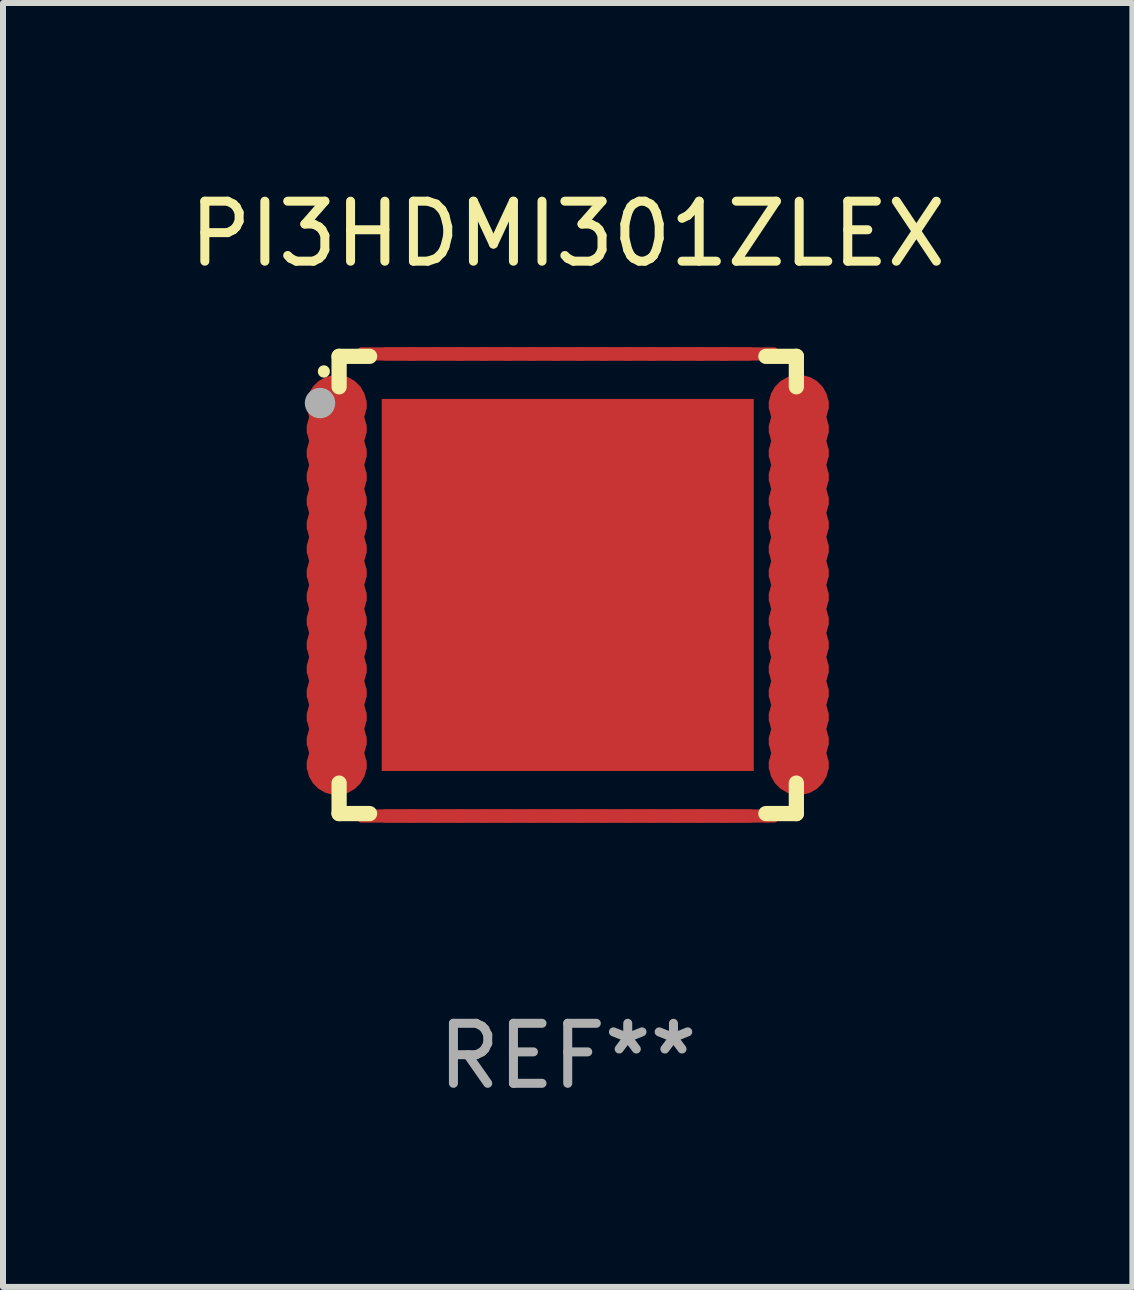
<source format=kicad_pcb>
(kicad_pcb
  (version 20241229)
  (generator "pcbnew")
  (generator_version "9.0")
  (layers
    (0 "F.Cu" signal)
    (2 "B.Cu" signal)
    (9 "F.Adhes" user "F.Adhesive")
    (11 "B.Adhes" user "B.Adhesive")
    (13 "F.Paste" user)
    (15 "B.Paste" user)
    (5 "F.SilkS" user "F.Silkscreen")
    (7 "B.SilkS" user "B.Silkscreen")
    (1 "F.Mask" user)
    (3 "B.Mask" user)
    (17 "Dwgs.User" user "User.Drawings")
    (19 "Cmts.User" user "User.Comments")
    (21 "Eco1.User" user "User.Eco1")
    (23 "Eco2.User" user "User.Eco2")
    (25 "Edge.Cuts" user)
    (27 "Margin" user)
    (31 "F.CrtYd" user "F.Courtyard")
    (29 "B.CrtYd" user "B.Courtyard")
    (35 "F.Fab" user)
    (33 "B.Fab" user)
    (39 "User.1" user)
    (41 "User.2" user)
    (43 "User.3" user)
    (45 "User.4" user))
  (footprint "PI3HDMI301ZLEX"
    (layer "F.Cu")
    (at 6.411 6.698)
    (property "Reference" "PI3HDMI301ZLEX" (at 0 -5.85 0) (layer "F.SilkS") (effects (font (size 1 1) (thickness 0.15))))
    (attr through_hole)
    (fp_line (start -3.81 -3.81) (end -3.81 -3.302) (stroke (width 0.254) (type solid)) (layer "F.SilkS"))
    (fp_line (start -3.81 3.302) (end -3.81 3.81) (stroke (width 0.254) (type solid)) (layer "F.SilkS"))
    (fp_line (start -3.81 3.81) (end -3.302 3.81) (stroke (width 0.254) (type solid)) (layer "F.SilkS"))
    (fp_line (start -3.302 -3.81) (end -3.81 -3.81) (stroke (width 0.254) (type solid)) (layer "F.SilkS"))
    (fp_line (start 3.302 -3.81) (end 3.81 -3.81) (stroke (width 0.254) (type solid)) (layer "F.SilkS"))
    (fp_line (start 3.81 -3.81) (end 3.81 -3.302) (stroke (width 0.254) (type solid)) (layer "F.SilkS"))
    (fp_line (start 3.81 3.302) (end 3.81 3.81) (stroke (width 0.254) (type solid)) (layer "F.SilkS"))
    (fp_line (start 3.81 3.81) (end 3.302 3.81) (stroke (width 0.254) (type solid)) (layer "F.SilkS"))
    (fp_arc (start -4.064008 -3.556007) (mid -4.064084 -3.558229) (end -4.06411 -3.560452) (stroke (width 0.2) (type solid)) (layer "F.SilkS"))
    (fp_circle (center -3.754 -3.759) (end -3.724 -3.759) (stroke (width 0.06) (type solid)) (fill no) (layer "F.SilkS"))
    (fp_circle (center -4.128 -3.031) (end -4.001 -3.031) (stroke (width 0.254) (type solid)) (fill no) (layer "F.Fab"))
    (fp_text user "REF**" (at 0 7.85 0) (layer "F.Fab") (effects (font (size 1 1) (thickness 0.15))))
    (pad "1" smd custom (at -3.85 -3) (size 1 0.22) (layers "F.Cu" "F.Mask" "F.Paste") (options (anchor circle)) (primitives (gr_poly (pts (xy -0.5 -0.055) (xy -0.496 -0.076) (xy -0.484 -0.094) (xy -0.466 -0.106) (xy -0.445 -0.11) (xy 0.445 -0.11) (xy 0.466 -0.106) (xy 0.484 -0.094) (xy 0.496 -0.076) (xy 0.5 -0.055) (xy 0.5 0.055) (xy 0.496 0.076) (xy 0.484 0.094) (xy 0.466 0.106) (xy 0.445 0.11) (xy -0.445 0.11) (xy -0.466 0.106) (xy -0.484 0.094) (xy -0.496 0.076) (xy -0.5 0.055)) (width 0) (fill yes))))
    (pad "2" smd custom (at -3.85 -2.6) (size 1 0.22) (layers "F.Cu" "F.Mask" "F.Paste") (options (anchor circle)) (primitives (gr_poly (pts (xy -0.5 -0.055) (xy -0.496 -0.076) (xy -0.484 -0.094) (xy -0.466 -0.106) (xy -0.445 -0.11) (xy 0.445 -0.11) (xy 0.466 -0.106) (xy 0.484 -0.094) (xy 0.496 -0.076) (xy 0.5 -0.055) (xy 0.5 0.055) (xy 0.496 0.076) (xy 0.484 0.094) (xy 0.466 0.106) (xy 0.445 0.11) (xy -0.445 0.11) (xy -0.466 0.106) (xy -0.484 0.094) (xy -0.496 0.076) (xy -0.5 0.055)) (width 0) (fill yes))))
    (pad "3" smd custom (at -3.85 -2.2) (size 1 0.22) (layers "F.Cu" "F.Mask" "F.Paste") (options (anchor circle)) (primitives (gr_poly (pts (xy -0.5 -0.055) (xy -0.496 -0.076) (xy -0.484 -0.094) (xy -0.466 -0.106) (xy -0.445 -0.11) (xy 0.445 -0.11) (xy 0.466 -0.106) (xy 0.484 -0.094) (xy 0.496 -0.076) (xy 0.5 -0.055) (xy 0.5 0.055) (xy 0.496 0.076) (xy 0.484 0.094) (xy 0.466 0.106) (xy 0.445 0.11) (xy -0.445 0.11) (xy -0.466 0.106) (xy -0.484 0.094) (xy -0.496 0.076) (xy -0.5 0.055)) (width 0) (fill yes))))
    (pad "4" smd custom (at -3.85 -1.8) (size 1 0.22) (layers "F.Cu" "F.Mask" "F.Paste") (options (anchor circle)) (primitives (gr_poly (pts (xy -0.5 -0.055) (xy -0.496 -0.076) (xy -0.484 -0.094) (xy -0.466 -0.106) (xy -0.445 -0.11) (xy 0.445 -0.11) (xy 0.466 -0.106) (xy 0.484 -0.094) (xy 0.496 -0.076) (xy 0.5 -0.055) (xy 0.5 0.055) (xy 0.496 0.076) (xy 0.484 0.094) (xy 0.466 0.106) (xy 0.445 0.11) (xy -0.445 0.11) (xy -0.466 0.106) (xy -0.484 0.094) (xy -0.496 0.076) (xy -0.5 0.055)) (width 0) (fill yes))))
    (pad "5" smd custom (at -3.85 -1.4) (size 1 0.22) (layers "F.Cu" "F.Mask" "F.Paste") (options (anchor circle)) (primitives (gr_poly (pts (xy -0.5 -0.055) (xy -0.496 -0.076) (xy -0.484 -0.094) (xy -0.466 -0.106) (xy -0.445 -0.11) (xy 0.445 -0.11) (xy 0.466 -0.106) (xy 0.484 -0.094) (xy 0.496 -0.076) (xy 0.5 -0.055) (xy 0.5 0.055) (xy 0.496 0.076) (xy 0.484 0.094) (xy 0.466 0.106) (xy 0.445 0.11) (xy -0.445 0.11) (xy -0.466 0.106) (xy -0.484 0.094) (xy -0.496 0.076) (xy -0.5 0.055)) (width 0) (fill yes))))
    (pad "6" smd custom (at -3.85 -1) (size 1 0.22) (layers "F.Cu" "F.Mask" "F.Paste") (options (anchor circle)) (primitives (gr_poly (pts (xy -0.5 -0.055) (xy -0.496 -0.076) (xy -0.484 -0.094) (xy -0.466 -0.106) (xy -0.445 -0.11) (xy 0.445 -0.11) (xy 0.466 -0.106) (xy 0.484 -0.094) (xy 0.496 -0.076) (xy 0.5 -0.055) (xy 0.5 0.055) (xy 0.496 0.076) (xy 0.484 0.094) (xy 0.466 0.106) (xy 0.445 0.11) (xy -0.445 0.11) (xy -0.466 0.106) (xy -0.484 0.094) (xy -0.496 0.076) (xy -0.5 0.055)) (width 0) (fill yes))))
    (pad "7" smd custom (at -3.85 -0.6) (size 1 0.22) (layers "F.Cu" "F.Mask" "F.Paste") (options (anchor circle)) (primitives (gr_poly (pts (xy -0.5 -0.055) (xy -0.496 -0.076) (xy -0.484 -0.094) (xy -0.466 -0.106) (xy -0.445 -0.11) (xy 0.445 -0.11) (xy 0.466 -0.106) (xy 0.484 -0.094) (xy 0.496 -0.076) (xy 0.5 -0.055) (xy 0.5 0.055) (xy 0.496 0.076) (xy 0.484 0.094) (xy 0.466 0.106) (xy 0.445 0.11) (xy -0.445 0.11) (xy -0.466 0.106) (xy -0.484 0.094) (xy -0.496 0.076) (xy -0.5 0.055)) (width 0) (fill yes))))
    (pad "8" smd custom (at -3.85 -0.2) (size 1 0.22) (layers "F.Cu" "F.Mask" "F.Paste") (options (anchor circle)) (primitives (gr_poly (pts (xy -0.5 -0.055) (xy -0.496 -0.076) (xy -0.484 -0.094) (xy -0.466 -0.106) (xy -0.445 -0.11) (xy 0.445 -0.11) (xy 0.466 -0.106) (xy 0.484 -0.094) (xy 0.496 -0.076) (xy 0.5 -0.055) (xy 0.5 0.055) (xy 0.496 0.076) (xy 0.484 0.094) (xy 0.466 0.106) (xy 0.445 0.11) (xy -0.445 0.11) (xy -0.466 0.106) (xy -0.484 0.094) (xy -0.496 0.076) (xy -0.5 0.055)) (width 0) (fill yes))))
    (pad "9" smd custom (at -3.85 0.2) (size 1 0.22) (layers "F.Cu" "F.Mask" "F.Paste") (options (anchor circle)) (primitives (gr_poly (pts (xy -0.5 -0.055) (xy -0.496 -0.076) (xy -0.484 -0.094) (xy -0.466 -0.106) (xy -0.445 -0.11) (xy 0.445 -0.11) (xy 0.466 -0.106) (xy 0.484 -0.094) (xy 0.496 -0.076) (xy 0.5 -0.055) (xy 0.5 0.055) (xy 0.496 0.076) (xy 0.484 0.094) (xy 0.466 0.106) (xy 0.445 0.11) (xy -0.445 0.11) (xy -0.466 0.106) (xy -0.484 0.094) (xy -0.496 0.076) (xy -0.5 0.055)) (width 0) (fill yes))))
    (pad "10" smd custom (at -3.85 0.6) (size 1 0.22) (layers "F.Cu" "F.Mask" "F.Paste") (options (anchor circle)) (primitives (gr_poly (pts (xy -0.5 -0.055) (xy -0.496 -0.076) (xy -0.484 -0.094) (xy -0.466 -0.106) (xy -0.445 -0.11) (xy 0.445 -0.11) (xy 0.466 -0.106) (xy 0.484 -0.094) (xy 0.496 -0.076) (xy 0.5 -0.055) (xy 0.5 0.055) (xy 0.496 0.076) (xy 0.484 0.094) (xy 0.466 0.106) (xy 0.445 0.11) (xy -0.445 0.11) (xy -0.466 0.106) (xy -0.484 0.094) (xy -0.496 0.076) (xy -0.5 0.055)) (width 0) (fill yes))))
    (pad "11" smd custom (at -3.85 1) (size 1 0.22) (layers "F.Cu" "F.Mask" "F.Paste") (options (anchor circle)) (primitives (gr_poly (pts (xy -0.5 -0.055) (xy -0.496 -0.076) (xy -0.484 -0.094) (xy -0.466 -0.106) (xy -0.445 -0.11) (xy 0.445 -0.11) (xy 0.466 -0.106) (xy 0.484 -0.094) (xy 0.496 -0.076) (xy 0.5 -0.055) (xy 0.5 0.055) (xy 0.496 0.076) (xy 0.484 0.094) (xy 0.466 0.106) (xy 0.445 0.11) (xy -0.445 0.11) (xy -0.466 0.106) (xy -0.484 0.094) (xy -0.496 0.076) (xy -0.5 0.055)) (width 0) (fill yes))))
    (pad "12" smd custom (at -3.85 1.4) (size 1 0.22) (layers "F.Cu" "F.Mask" "F.Paste") (options (anchor circle)) (primitives (gr_poly (pts (xy -0.5 -0.055) (xy -0.496 -0.076) (xy -0.484 -0.094) (xy -0.466 -0.106) (xy -0.445 -0.11) (xy 0.445 -0.11) (xy 0.466 -0.106) (xy 0.484 -0.094) (xy 0.496 -0.076) (xy 0.5 -0.055) (xy 0.5 0.055) (xy 0.496 0.076) (xy 0.484 0.094) (xy 0.466 0.106) (xy 0.445 0.11) (xy -0.445 0.11) (xy -0.466 0.106) (xy -0.484 0.094) (xy -0.496 0.076) (xy -0.5 0.055)) (width 0) (fill yes))))
    (pad "13" smd custom (at -3.85 1.8) (size 1 0.22) (layers "F.Cu" "F.Mask" "F.Paste") (options (anchor circle)) (primitives (gr_poly (pts (xy -0.5 -0.055) (xy -0.496 -0.076) (xy -0.484 -0.094) (xy -0.466 -0.106) (xy -0.445 -0.11) (xy 0.445 -0.11) (xy 0.466 -0.106) (xy 0.484 -0.094) (xy 0.496 -0.076) (xy 0.5 -0.055) (xy 0.5 0.055) (xy 0.496 0.076) (xy 0.484 0.094) (xy 0.466 0.106) (xy 0.445 0.11) (xy -0.445 0.11) (xy -0.466 0.106) (xy -0.484 0.094) (xy -0.496 0.076) (xy -0.5 0.055)) (width 0) (fill yes))))
    (pad "14" smd custom (at -3.85 2.2) (size 1 0.22) (layers "F.Cu" "F.Mask" "F.Paste") (options (anchor circle)) (primitives (gr_poly (pts (xy -0.5 -0.055) (xy -0.496 -0.076) (xy -0.484 -0.094) (xy -0.466 -0.106) (xy -0.445 -0.11) (xy 0.445 -0.11) (xy 0.466 -0.106) (xy 0.484 -0.094) (xy 0.496 -0.076) (xy 0.5 -0.055) (xy 0.5 0.055) (xy 0.496 0.076) (xy 0.484 0.094) (xy 0.466 0.106) (xy 0.445 0.11) (xy -0.445 0.11) (xy -0.466 0.106) (xy -0.484 0.094) (xy -0.496 0.076) (xy -0.5 0.055)) (width 0) (fill yes))))
    (pad "15" smd custom (at -3.85 2.6) (size 1 0.22) (layers "F.Cu" "F.Mask" "F.Paste") (options (anchor circle)) (primitives (gr_poly (pts (xy -0.5 -0.055) (xy -0.496 -0.076) (xy -0.484 -0.094) (xy -0.466 -0.106) (xy -0.445 -0.11) (xy 0.445 -0.11) (xy 0.466 -0.106) (xy 0.484 -0.094) (xy 0.496 -0.076) (xy 0.5 -0.055) (xy 0.5 0.055) (xy 0.496 0.076) (xy 0.484 0.094) (xy 0.466 0.106) (xy 0.445 0.11) (xy -0.445 0.11) (xy -0.466 0.106) (xy -0.484 0.094) (xy -0.496 0.076) (xy -0.5 0.055)) (width 0) (fill yes))))
    (pad "16" smd custom (at -3.85 3) (size 1 0.22) (layers "F.Cu" "F.Mask" "F.Paste") (options (anchor circle)) (primitives (gr_poly (pts (xy -0.5 -0.055) (xy -0.496 -0.076) (xy -0.484 -0.094) (xy -0.466 -0.106) (xy -0.445 -0.11) (xy 0.445 -0.11) (xy 0.466 -0.106) (xy 0.484 -0.094) (xy 0.496 -0.076) (xy 0.5 -0.055) (xy 0.5 0.055) (xy 0.496 0.076) (xy 0.484 0.094) (xy 0.466 0.106) (xy 0.445 0.11) (xy -0.445 0.11) (xy -0.466 0.106) (xy -0.484 0.094) (xy -0.496 0.076) (xy -0.5 0.055)) (width 0) (fill yes))))
    (pad "17" smd custom (at -3 3.85 90) (size 0.22 1) (layers "F.Cu" "F.Mask" "F.Paste") (options (anchor circle)) (primitives (gr_poly (pts (xy -0.055 0.5) (xy -0.076 0.496) (xy -0.094 0.484) (xy -0.106 0.466) (xy -0.11 0.445) (xy -0.11 -0.445) (xy -0.106 -0.466) (xy -0.094 -0.484) (xy -0.076 -0.496) (xy -0.055 -0.5) (xy 0.055 -0.5) (xy 0.076 -0.496) (xy 0.094 -0.484) (xy 0.106 -0.466) (xy 0.11 -0.445) (xy 0.11 0.445) (xy 0.106 0.466) (xy 0.094 0.484) (xy 0.076 0.496) (xy 0.055 0.5)) (width 0) (fill yes))))
    (pad "18" smd custom (at -2.6 3.85 90) (size 0.22 1) (layers "F.Cu" "F.Mask" "F.Paste") (options (anchor circle)) (primitives (gr_poly (pts (xy -0.055 0.5) (xy -0.076 0.496) (xy -0.094 0.484) (xy -0.106 0.466) (xy -0.11 0.445) (xy -0.11 -0.445) (xy -0.106 -0.466) (xy -0.094 -0.484) (xy -0.076 -0.496) (xy -0.055 -0.5) (xy 0.055 -0.5) (xy 0.076 -0.496) (xy 0.094 -0.484) (xy 0.106 -0.466) (xy 0.11 -0.445) (xy 0.11 0.445) (xy 0.106 0.466) (xy 0.094 0.484) (xy 0.076 0.496) (xy 0.055 0.5)) (width 0) (fill yes))))
    (pad "19" smd custom (at -2.2 3.85 90) (size 0.22 1) (layers "F.Cu" "F.Mask" "F.Paste") (options (anchor circle)) (primitives (gr_poly (pts (xy -0.055 0.5) (xy -0.076 0.496) (xy -0.094 0.484) (xy -0.106 0.466) (xy -0.11 0.445) (xy -0.11 -0.445) (xy -0.106 -0.466) (xy -0.094 -0.484) (xy -0.076 -0.496) (xy -0.055 -0.5) (xy 0.055 -0.5) (xy 0.076 -0.496) (xy 0.094 -0.484) (xy 0.106 -0.466) (xy 0.11 -0.445) (xy 0.11 0.445) (xy 0.106 0.466) (xy 0.094 0.484) (xy 0.076 0.496) (xy 0.055 0.5)) (width 0) (fill yes))))
    (pad "20" smd custom (at -1.8 3.85 90) (size 0.22 1) (layers "F.Cu" "F.Mask" "F.Paste") (options (anchor circle)) (primitives (gr_poly (pts (xy -0.055 0.5) (xy -0.076 0.496) (xy -0.094 0.484) (xy -0.106 0.466) (xy -0.11 0.445) (xy -0.11 -0.445) (xy -0.106 -0.466) (xy -0.094 -0.484) (xy -0.076 -0.496) (xy -0.055 -0.5) (xy 0.055 -0.5) (xy 0.076 -0.496) (xy 0.094 -0.484) (xy 0.106 -0.466) (xy 0.11 -0.445) (xy 0.11 0.445) (xy 0.106 0.466) (xy 0.094 0.484) (xy 0.076 0.496) (xy 0.055 0.5)) (width 0) (fill yes))))
    (pad "21" smd custom (at -1.4 3.85 90) (size 0.22 1) (layers "F.Cu" "F.Mask" "F.Paste") (options (anchor circle)) (primitives (gr_poly (pts (xy -0.055 0.5) (xy -0.076 0.496) (xy -0.094 0.484) (xy -0.106 0.466) (xy -0.11 0.445) (xy -0.11 -0.445) (xy -0.106 -0.466) (xy -0.094 -0.484) (xy -0.076 -0.496) (xy -0.055 -0.5) (xy 0.055 -0.5) (xy 0.076 -0.496) (xy 0.094 -0.484) (xy 0.106 -0.466) (xy 0.11 -0.445) (xy 0.11 0.445) (xy 0.106 0.466) (xy 0.094 0.484) (xy 0.076 0.496) (xy 0.055 0.5)) (width 0) (fill yes))))
    (pad "22" smd custom (at -1 3.85 90) (size 0.22 1) (layers "F.Cu" "F.Mask" "F.Paste") (options (anchor circle)) (primitives (gr_poly (pts (xy -0.055 0.5) (xy -0.076 0.496) (xy -0.094 0.484) (xy -0.106 0.466) (xy -0.11 0.445) (xy -0.11 -0.445) (xy -0.106 -0.466) (xy -0.094 -0.484) (xy -0.076 -0.496) (xy -0.055 -0.5) (xy 0.055 -0.5) (xy 0.076 -0.496) (xy 0.094 -0.484) (xy 0.106 -0.466) (xy 0.11 -0.445) (xy 0.11 0.445) (xy 0.106 0.466) (xy 0.094 0.484) (xy 0.076 0.496) (xy 0.055 0.5)) (width 0) (fill yes))))
    (pad "23" smd custom (at -0.6 3.85 90) (size 0.22 1) (layers "F.Cu" "F.Mask" "F.Paste") (options (anchor circle)) (primitives (gr_poly (pts (xy -0.055 0.5) (xy -0.076 0.496) (xy -0.094 0.484) (xy -0.106 0.466) (xy -0.11 0.445) (xy -0.11 -0.445) (xy -0.106 -0.466) (xy -0.094 -0.484) (xy -0.076 -0.496) (xy -0.055 -0.5) (xy 0.055 -0.5) (xy 0.076 -0.496) (xy 0.094 -0.484) (xy 0.106 -0.466) (xy 0.11 -0.445) (xy 0.11 0.445) (xy 0.106 0.466) (xy 0.094 0.484) (xy 0.076 0.496) (xy 0.055 0.5)) (width 0) (fill yes))))
    (pad "24" smd custom (at -0.2 3.85 90) (size 0.22 1) (layers "F.Cu" "F.Mask" "F.Paste") (options (anchor circle)) (primitives (gr_poly (pts (xy -0.055 0.5) (xy -0.076 0.496) (xy -0.094 0.484) (xy -0.106 0.466) (xy -0.11 0.445) (xy -0.11 -0.445) (xy -0.106 -0.466) (xy -0.094 -0.484) (xy -0.076 -0.496) (xy -0.055 -0.5) (xy 0.055 -0.5) (xy 0.076 -0.496) (xy 0.094 -0.484) (xy 0.106 -0.466) (xy 0.11 -0.445) (xy 0.11 0.445) (xy 0.106 0.466) (xy 0.094 0.484) (xy 0.076 0.496) (xy 0.055 0.5)) (width 0) (fill yes))))
    (pad "25" smd custom (at 0.2 3.85 90) (size 0.22 1) (layers "F.Cu" "F.Mask" "F.Paste") (options (anchor circle)) (primitives (gr_poly (pts (xy -0.055 0.5) (xy -0.076 0.496) (xy -0.094 0.484) (xy -0.106 0.466) (xy -0.11 0.445) (xy -0.11 -0.445) (xy -0.106 -0.466) (xy -0.094 -0.484) (xy -0.076 -0.496) (xy -0.055 -0.5) (xy 0.055 -0.5) (xy 0.076 -0.496) (xy 0.094 -0.484) (xy 0.106 -0.466) (xy 0.11 -0.445) (xy 0.11 0.445) (xy 0.106 0.466) (xy 0.094 0.484) (xy 0.076 0.496) (xy 0.055 0.5)) (width 0) (fill yes))))
    (pad "26" smd custom (at 0.6 3.85 90) (size 0.22 1) (layers "F.Cu" "F.Mask" "F.Paste") (options (anchor circle)) (primitives (gr_poly (pts (xy -0.055 0.5) (xy -0.076 0.496) (xy -0.094 0.484) (xy -0.106 0.466) (xy -0.11 0.445) (xy -0.11 -0.445) (xy -0.106 -0.466) (xy -0.094 -0.484) (xy -0.076 -0.496) (xy -0.055 -0.5) (xy 0.055 -0.5) (xy 0.076 -0.496) (xy 0.094 -0.484) (xy 0.106 -0.466) (xy 0.11 -0.445) (xy 0.11 0.445) (xy 0.106 0.466) (xy 0.094 0.484) (xy 0.076 0.496) (xy 0.055 0.5)) (width 0) (fill yes))))
    (pad "27" smd custom (at 1 3.85 90) (size 0.22 1) (layers "F.Cu" "F.Mask" "F.Paste") (options (anchor circle)) (primitives (gr_poly (pts (xy -0.055 0.5) (xy -0.076 0.496) (xy -0.094 0.484) (xy -0.106 0.466) (xy -0.11 0.445) (xy -0.11 -0.445) (xy -0.106 -0.466) (xy -0.094 -0.484) (xy -0.076 -0.496) (xy -0.055 -0.5) (xy 0.055 -0.5) (xy 0.076 -0.496) (xy 0.094 -0.484) (xy 0.106 -0.466) (xy 0.11 -0.445) (xy 0.11 0.445) (xy 0.106 0.466) (xy 0.094 0.484) (xy 0.076 0.496) (xy 0.055 0.5)) (width 0) (fill yes))))
    (pad "28" smd custom (at 1.4 3.85 90) (size 0.22 1) (layers "F.Cu" "F.Mask" "F.Paste") (options (anchor circle)) (primitives (gr_poly (pts (xy -0.055 0.5) (xy -0.076 0.496) (xy -0.094 0.484) (xy -0.106 0.466) (xy -0.11 0.445) (xy -0.11 -0.445) (xy -0.106 -0.466) (xy -0.094 -0.484) (xy -0.076 -0.496) (xy -0.055 -0.5) (xy 0.055 -0.5) (xy 0.076 -0.496) (xy 0.094 -0.484) (xy 0.106 -0.466) (xy 0.11 -0.445) (xy 0.11 0.445) (xy 0.106 0.466) (xy 0.094 0.484) (xy 0.076 0.496) (xy 0.055 0.5)) (width 0) (fill yes))))
    (pad "29" smd custom (at 1.8 3.85 90) (size 0.22 1) (layers "F.Cu" "F.Mask" "F.Paste") (options (anchor circle)) (primitives (gr_poly (pts (xy -0.055 0.5) (xy -0.076 0.496) (xy -0.094 0.484) (xy -0.106 0.466) (xy -0.11 0.445) (xy -0.11 -0.445) (xy -0.106 -0.466) (xy -0.094 -0.484) (xy -0.076 -0.496) (xy -0.055 -0.5) (xy 0.055 -0.5) (xy 0.076 -0.496) (xy 0.094 -0.484) (xy 0.106 -0.466) (xy 0.11 -0.445) (xy 0.11 0.445) (xy 0.106 0.466) (xy 0.094 0.484) (xy 0.076 0.496) (xy 0.055 0.5)) (width 0) (fill yes))))
    (pad "30" smd custom (at 2.2 3.85 90) (size 0.22 1) (layers "F.Cu" "F.Mask" "F.Paste") (options (anchor circle)) (primitives (gr_poly (pts (xy -0.055 0.5) (xy -0.076 0.496) (xy -0.094 0.484) (xy -0.106 0.466) (xy -0.11 0.445) (xy -0.11 -0.445) (xy -0.106 -0.466) (xy -0.094 -0.484) (xy -0.076 -0.496) (xy -0.055 -0.5) (xy 0.055 -0.5) (xy 0.076 -0.496) (xy 0.094 -0.484) (xy 0.106 -0.466) (xy 0.11 -0.445) (xy 0.11 0.445) (xy 0.106 0.466) (xy 0.094 0.484) (xy 0.076 0.496) (xy 0.055 0.5)) (width 0) (fill yes))))
    (pad "31" smd custom (at 2.6 3.85 90) (size 0.22 1) (layers "F.Cu" "F.Mask" "F.Paste") (options (anchor circle)) (primitives (gr_poly (pts (xy -0.055 0.5) (xy -0.076 0.496) (xy -0.094 0.484) (xy -0.106 0.466) (xy -0.11 0.445) (xy -0.11 -0.445) (xy -0.106 -0.466) (xy -0.094 -0.484) (xy -0.076 -0.496) (xy -0.055 -0.5) (xy 0.055 -0.5) (xy 0.076 -0.496) (xy 0.094 -0.484) (xy 0.106 -0.466) (xy 0.11 -0.445) (xy 0.11 0.445) (xy 0.106 0.466) (xy 0.094 0.484) (xy 0.076 0.496) (xy 0.055 0.5)) (width 0) (fill yes))))
    (pad "32" smd custom (at 3 3.85 90) (size 0.22 1) (layers "F.Cu" "F.Mask" "F.Paste") (options (anchor circle)) (primitives (gr_poly (pts (xy -0.055 0.5) (xy -0.076 0.496) (xy -0.094 0.484) (xy -0.106 0.466) (xy -0.11 0.445) (xy -0.11 -0.445) (xy -0.106 -0.466) (xy -0.094 -0.484) (xy -0.076 -0.496) (xy -0.055 -0.5) (xy 0.055 -0.5) (xy 0.076 -0.496) (xy 0.094 -0.484) (xy 0.106 -0.466) (xy 0.11 -0.445) (xy 0.11 0.445) (xy 0.106 0.466) (xy 0.094 0.484) (xy 0.076 0.496) (xy 0.055 0.5)) (width 0) (fill yes))))
    (pad "33" smd custom (at 3.85 3) (size 1 0.22) (layers "F.Cu" "F.Mask" "F.Paste") (options (anchor circle)) (primitives (gr_poly (pts (xy -0.5 -0.055) (xy -0.496 -0.076) (xy -0.484 -0.094) (xy -0.466 -0.106) (xy -0.445 -0.11) (xy 0.445 -0.11) (xy 0.466 -0.106) (xy 0.484 -0.094) (xy 0.496 -0.076) (xy 0.5 -0.055) (xy 0.5 0.055) (xy 0.496 0.076) (xy 0.484 0.094) (xy 0.466 0.106) (xy 0.445 0.11) (xy -0.445 0.11) (xy -0.466 0.106) (xy -0.484 0.094) (xy -0.496 0.076) (xy -0.5 0.055)) (width 0) (fill yes))))
    (pad "34" smd custom (at 3.85 2.6) (size 1 0.22) (layers "F.Cu" "F.Mask" "F.Paste") (options (anchor circle)) (primitives (gr_poly (pts (xy -0.5 -0.055) (xy -0.496 -0.076) (xy -0.484 -0.094) (xy -0.466 -0.106) (xy -0.445 -0.11) (xy 0.445 -0.11) (xy 0.466 -0.106) (xy 0.484 -0.094) (xy 0.496 -0.076) (xy 0.5 -0.055) (xy 0.5 0.055) (xy 0.496 0.076) (xy 0.484 0.094) (xy 0.466 0.106) (xy 0.445 0.11) (xy -0.445 0.11) (xy -0.466 0.106) (xy -0.484 0.094) (xy -0.496 0.076) (xy -0.5 0.055)) (width 0) (fill yes))))
    (pad "35" smd custom (at 3.85 2.2) (size 1 0.22) (layers "F.Cu" "F.Mask" "F.Paste") (options (anchor circle)) (primitives (gr_poly (pts (xy -0.5 -0.055) (xy -0.496 -0.076) (xy -0.484 -0.094) (xy -0.466 -0.106) (xy -0.445 -0.11) (xy 0.445 -0.11) (xy 0.466 -0.106) (xy 0.484 -0.094) (xy 0.496 -0.076) (xy 0.5 -0.055) (xy 0.5 0.055) (xy 0.496 0.076) (xy 0.484 0.094) (xy 0.466 0.106) (xy 0.445 0.11) (xy -0.445 0.11) (xy -0.466 0.106) (xy -0.484 0.094) (xy -0.496 0.076) (xy -0.5 0.055)) (width 0) (fill yes))))
    (pad "36" smd custom (at 3.85 1.8) (size 1 0.22) (layers "F.Cu" "F.Mask" "F.Paste") (options (anchor circle)) (primitives (gr_poly (pts (xy -0.5 -0.055) (xy -0.496 -0.076) (xy -0.484 -0.094) (xy -0.466 -0.106) (xy -0.445 -0.11) (xy 0.445 -0.11) (xy 0.466 -0.106) (xy 0.484 -0.094) (xy 0.496 -0.076) (xy 0.5 -0.055) (xy 0.5 0.055) (xy 0.496 0.076) (xy 0.484 0.094) (xy 0.466 0.106) (xy 0.445 0.11) (xy -0.445 0.11) (xy -0.466 0.106) (xy -0.484 0.094) (xy -0.496 0.076) (xy -0.5 0.055)) (width 0) (fill yes))))
    (pad "37" smd custom (at 3.85 1.4) (size 1 0.22) (layers "F.Cu" "F.Mask" "F.Paste") (options (anchor circle)) (primitives (gr_poly (pts (xy -0.5 -0.055) (xy -0.496 -0.076) (xy -0.484 -0.094) (xy -0.466 -0.106) (xy -0.445 -0.11) (xy 0.445 -0.11) (xy 0.466 -0.106) (xy 0.484 -0.094) (xy 0.496 -0.076) (xy 0.5 -0.055) (xy 0.5 0.055) (xy 0.496 0.076) (xy 0.484 0.094) (xy 0.466 0.106) (xy 0.445 0.11) (xy -0.445 0.11) (xy -0.466 0.106) (xy -0.484 0.094) (xy -0.496 0.076) (xy -0.5 0.055)) (width 0) (fill yes))))
    (pad "38" smd custom (at 3.85 1) (size 1 0.22) (layers "F.Cu" "F.Mask" "F.Paste") (options (anchor circle)) (primitives (gr_poly (pts (xy -0.5 -0.055) (xy -0.496 -0.076) (xy -0.484 -0.094) (xy -0.466 -0.106) (xy -0.445 -0.11) (xy 0.445 -0.11) (xy 0.466 -0.106) (xy 0.484 -0.094) (xy 0.496 -0.076) (xy 0.5 -0.055) (xy 0.5 0.055) (xy 0.496 0.076) (xy 0.484 0.094) (xy 0.466 0.106) (xy 0.445 0.11) (xy -0.445 0.11) (xy -0.466 0.106) (xy -0.484 0.094) (xy -0.496 0.076) (xy -0.5 0.055)) (width 0) (fill yes))))
    (pad "39" smd custom (at 3.85 0.6) (size 1 0.22) (layers "F.Cu" "F.Mask" "F.Paste") (options (anchor circle)) (primitives (gr_poly (pts (xy -0.5 -0.055) (xy -0.496 -0.076) (xy -0.484 -0.094) (xy -0.466 -0.106) (xy -0.445 -0.11) (xy 0.445 -0.11) (xy 0.466 -0.106) (xy 0.484 -0.094) (xy 0.496 -0.076) (xy 0.5 -0.055) (xy 0.5 0.055) (xy 0.496 0.076) (xy 0.484 0.094) (xy 0.466 0.106) (xy 0.445 0.11) (xy -0.445 0.11) (xy -0.466 0.106) (xy -0.484 0.094) (xy -0.496 0.076) (xy -0.5 0.055)) (width 0) (fill yes))))
    (pad "40" smd custom (at 3.85 0.2) (size 1 0.22) (layers "F.Cu" "F.Mask" "F.Paste") (options (anchor circle)) (primitives (gr_poly (pts (xy -0.5 -0.055) (xy -0.496 -0.076) (xy -0.484 -0.094) (xy -0.466 -0.106) (xy -0.445 -0.11) (xy 0.445 -0.11) (xy 0.466 -0.106) (xy 0.484 -0.094) (xy 0.496 -0.076) (xy 0.5 -0.055) (xy 0.5 0.055) (xy 0.496 0.076) (xy 0.484 0.094) (xy 0.466 0.106) (xy 0.445 0.11) (xy -0.445 0.11) (xy -0.466 0.106) (xy -0.484 0.094) (xy -0.496 0.076) (xy -0.5 0.055)) (width 0) (fill yes))))
    (pad "41" smd custom (at 3.85 -0.2) (size 1 0.22) (layers "F.Cu" "F.Mask" "F.Paste") (options (anchor circle)) (primitives (gr_poly (pts (xy -0.5 -0.055) (xy -0.496 -0.076) (xy -0.484 -0.094) (xy -0.466 -0.106) (xy -0.445 -0.11) (xy 0.445 -0.11) (xy 0.466 -0.106) (xy 0.484 -0.094) (xy 0.496 -0.076) (xy 0.5 -0.055) (xy 0.5 0.055) (xy 0.496 0.076) (xy 0.484 0.094) (xy 0.466 0.106) (xy 0.445 0.11) (xy -0.445 0.11) (xy -0.466 0.106) (xy -0.484 0.094) (xy -0.496 0.076) (xy -0.5 0.055)) (width 0) (fill yes))))
    (pad "42" smd custom (at 3.85 -0.6) (size 1 0.22) (layers "F.Cu" "F.Mask" "F.Paste") (options (anchor circle)) (primitives (gr_poly (pts (xy -0.5 -0.055) (xy -0.496 -0.076) (xy -0.484 -0.094) (xy -0.466 -0.106) (xy -0.445 -0.11) (xy 0.445 -0.11) (xy 0.466 -0.106) (xy 0.484 -0.094) (xy 0.496 -0.076) (xy 0.5 -0.055) (xy 0.5 0.055) (xy 0.496 0.076) (xy 0.484 0.094) (xy 0.466 0.106) (xy 0.445 0.11) (xy -0.445 0.11) (xy -0.466 0.106) (xy -0.484 0.094) (xy -0.496 0.076) (xy -0.5 0.055)) (width 0) (fill yes))))
    (pad "43" smd custom (at 3.85 -1) (size 1 0.22) (layers "F.Cu" "F.Mask" "F.Paste") (options (anchor circle)) (primitives (gr_poly (pts (xy -0.5 -0.055) (xy -0.496 -0.076) (xy -0.484 -0.094) (xy -0.466 -0.106) (xy -0.445 -0.11) (xy 0.445 -0.11) (xy 0.466 -0.106) (xy 0.484 -0.094) (xy 0.496 -0.076) (xy 0.5 -0.055) (xy 0.5 0.055) (xy 0.496 0.076) (xy 0.484 0.094) (xy 0.466 0.106) (xy 0.445 0.11) (xy -0.445 0.11) (xy -0.466 0.106) (xy -0.484 0.094) (xy -0.496 0.076) (xy -0.5 0.055)) (width 0) (fill yes))))
    (pad "44" smd custom (at 3.85 -1.4) (size 1 0.22) (layers "F.Cu" "F.Mask" "F.Paste") (options (anchor circle)) (primitives (gr_poly (pts (xy -0.5 -0.055) (xy -0.496 -0.076) (xy -0.484 -0.094) (xy -0.466 -0.106) (xy -0.445 -0.11) (xy 0.445 -0.11) (xy 0.466 -0.106) (xy 0.484 -0.094) (xy 0.496 -0.076) (xy 0.5 -0.055) (xy 0.5 0.055) (xy 0.496 0.076) (xy 0.484 0.094) (xy 0.466 0.106) (xy 0.445 0.11) (xy -0.445 0.11) (xy -0.466 0.106) (xy -0.484 0.094) (xy -0.496 0.076) (xy -0.5 0.055)) (width 0) (fill yes))))
    (pad "45" smd custom (at 3.85 -1.8) (size 1 0.22) (layers "F.Cu" "F.Mask" "F.Paste") (options (anchor circle)) (primitives (gr_poly (pts (xy -0.5 -0.055) (xy -0.496 -0.076) (xy -0.484 -0.094) (xy -0.466 -0.106) (xy -0.445 -0.11) (xy 0.445 -0.11) (xy 0.466 -0.106) (xy 0.484 -0.094) (xy 0.496 -0.076) (xy 0.5 -0.055) (xy 0.5 0.055) (xy 0.496 0.076) (xy 0.484 0.094) (xy 0.466 0.106) (xy 0.445 0.11) (xy -0.445 0.11) (xy -0.466 0.106) (xy -0.484 0.094) (xy -0.496 0.076) (xy -0.5 0.055)) (width 0) (fill yes))))
    (pad "46" smd custom (at 3.85 -2.2) (size 1 0.22) (layers "F.Cu" "F.Mask" "F.Paste") (options (anchor circle)) (primitives (gr_poly (pts (xy -0.5 -0.055) (xy -0.496 -0.076) (xy -0.484 -0.094) (xy -0.466 -0.106) (xy -0.445 -0.11) (xy 0.445 -0.11) (xy 0.466 -0.106) (xy 0.484 -0.094) (xy 0.496 -0.076) (xy 0.5 -0.055) (xy 0.5 0.055) (xy 0.496 0.076) (xy 0.484 0.094) (xy 0.466 0.106) (xy 0.445 0.11) (xy -0.445 0.11) (xy -0.466 0.106) (xy -0.484 0.094) (xy -0.496 0.076) (xy -0.5 0.055)) (width 0) (fill yes))))
    (pad "47" smd custom (at 3.85 -2.6) (size 1 0.22) (layers "F.Cu" "F.Mask" "F.Paste") (options (anchor circle)) (primitives (gr_poly (pts (xy -0.5 -0.055) (xy -0.496 -0.076) (xy -0.484 -0.094) (xy -0.466 -0.106) (xy -0.445 -0.11) (xy 0.445 -0.11) (xy 0.466 -0.106) (xy 0.484 -0.094) (xy 0.496 -0.076) (xy 0.5 -0.055) (xy 0.5 0.055) (xy 0.496 0.076) (xy 0.484 0.094) (xy 0.466 0.106) (xy 0.445 0.11) (xy -0.445 0.11) (xy -0.466 0.106) (xy -0.484 0.094) (xy -0.496 0.076) (xy -0.5 0.055)) (width 0) (fill yes))))
    (pad "48" smd custom (at 3.85 -3) (size 1 0.22) (layers "F.Cu" "F.Mask" "F.Paste") (options (anchor circle)) (primitives (gr_poly (pts (xy -0.5 -0.055) (xy -0.496 -0.076) (xy -0.484 -0.094) (xy -0.466 -0.106) (xy -0.445 -0.11) (xy 0.445 -0.11) (xy 0.466 -0.106) (xy 0.484 -0.094) (xy 0.496 -0.076) (xy 0.5 -0.055) (xy 0.5 0.055) (xy 0.496 0.076) (xy 0.484 0.094) (xy 0.466 0.106) (xy 0.445 0.11) (xy -0.445 0.11) (xy -0.466 0.106) (xy -0.484 0.094) (xy -0.496 0.076) (xy -0.5 0.055)) (width 0) (fill yes))))
    (pad "49" smd custom (at 3 -3.85 90) (size 0.22 1) (layers "F.Cu" "F.Mask" "F.Paste") (options (anchor circle)) (primitives (gr_poly (pts (xy -0.055 0.5) (xy -0.076 0.496) (xy -0.094 0.484) (xy -0.106 0.466) (xy -0.11 0.445) (xy -0.11 -0.445) (xy -0.106 -0.466) (xy -0.094 -0.484) (xy -0.076 -0.496) (xy -0.055 -0.5) (xy 0.055 -0.5) (xy 0.076 -0.496) (xy 0.094 -0.484) (xy 0.106 -0.466) (xy 0.11 -0.445) (xy 0.11 0.445) (xy 0.106 0.466) (xy 0.094 0.484) (xy 0.076 0.496) (xy 0.055 0.5)) (width 0) (fill yes))))
    (pad "50" smd custom (at 2.6 -3.85 90) (size 0.22 1) (layers "F.Cu" "F.Mask" "F.Paste") (options (anchor circle)) (primitives (gr_poly (pts (xy -0.055 0.5) (xy -0.076 0.496) (xy -0.094 0.484) (xy -0.106 0.466) (xy -0.11 0.445) (xy -0.11 -0.445) (xy -0.106 -0.466) (xy -0.094 -0.484) (xy -0.076 -0.496) (xy -0.055 -0.5) (xy 0.055 -0.5) (xy 0.076 -0.496) (xy 0.094 -0.484) (xy 0.106 -0.466) (xy 0.11 -0.445) (xy 0.11 0.445) (xy 0.106 0.466) (xy 0.094 0.484) (xy 0.076 0.496) (xy 0.055 0.5)) (width 0) (fill yes))))
    (pad "51" smd custom (at 2.2 -3.85 90) (size 0.22 1) (layers "F.Cu" "F.Mask" "F.Paste") (options (anchor circle)) (primitives (gr_poly (pts (xy -0.055 0.5) (xy -0.076 0.496) (xy -0.094 0.484) (xy -0.106 0.466) (xy -0.11 0.445) (xy -0.11 -0.445) (xy -0.106 -0.466) (xy -0.094 -0.484) (xy -0.076 -0.496) (xy -0.055 -0.5) (xy 0.055 -0.5) (xy 0.076 -0.496) (xy 0.094 -0.484) (xy 0.106 -0.466) (xy 0.11 -0.445) (xy 0.11 0.445) (xy 0.106 0.466) (xy 0.094 0.484) (xy 0.076 0.496) (xy 0.055 0.5)) (width 0) (fill yes))))
    (pad "52" smd custom (at 1.8 -3.85 90) (size 0.22 1) (layers "F.Cu" "F.Mask" "F.Paste") (options (anchor circle)) (primitives (gr_poly (pts (xy -0.055 0.5) (xy -0.076 0.496) (xy -0.094 0.484) (xy -0.106 0.466) (xy -0.11 0.445) (xy -0.11 -0.445) (xy -0.106 -0.466) (xy -0.094 -0.484) (xy -0.076 -0.496) (xy -0.055 -0.5) (xy 0.055 -0.5) (xy 0.076 -0.496) (xy 0.094 -0.484) (xy 0.106 -0.466) (xy 0.11 -0.445) (xy 0.11 0.445) (xy 0.106 0.466) (xy 0.094 0.484) (xy 0.076 0.496) (xy 0.055 0.5)) (width 0) (fill yes))))
    (pad "53" smd custom (at 1.4 -3.85 90) (size 0.22 1) (layers "F.Cu" "F.Mask" "F.Paste") (options (anchor circle)) (primitives (gr_poly (pts (xy -0.055 0.5) (xy -0.076 0.496) (xy -0.094 0.484) (xy -0.106 0.466) (xy -0.11 0.445) (xy -0.11 -0.445) (xy -0.106 -0.466) (xy -0.094 -0.484) (xy -0.076 -0.496) (xy -0.055 -0.5) (xy 0.055 -0.5) (xy 0.076 -0.496) (xy 0.094 -0.484) (xy 0.106 -0.466) (xy 0.11 -0.445) (xy 0.11 0.445) (xy 0.106 0.466) (xy 0.094 0.484) (xy 0.076 0.496) (xy 0.055 0.5)) (width 0) (fill yes))))
    (pad "54" smd custom (at 1 -3.85 90) (size 0.22 1) (layers "F.Cu" "F.Mask" "F.Paste") (options (anchor circle)) (primitives (gr_poly (pts (xy -0.055 0.5) (xy -0.076 0.496) (xy -0.094 0.484) (xy -0.106 0.466) (xy -0.11 0.445) (xy -0.11 -0.445) (xy -0.106 -0.466) (xy -0.094 -0.484) (xy -0.076 -0.496) (xy -0.055 -0.5) (xy 0.055 -0.5) (xy 0.076 -0.496) (xy 0.094 -0.484) (xy 0.106 -0.466) (xy 0.11 -0.445) (xy 0.11 0.445) (xy 0.106 0.466) (xy 0.094 0.484) (xy 0.076 0.496) (xy 0.055 0.5)) (width 0) (fill yes))))
    (pad "55" smd custom (at 0.6 -3.85 90) (size 0.22 1) (layers "F.Cu" "F.Mask" "F.Paste") (options (anchor circle)) (primitives (gr_poly (pts (xy -0.055 0.5) (xy -0.076 0.496) (xy -0.094 0.484) (xy -0.106 0.466) (xy -0.11 0.445) (xy -0.11 -0.445) (xy -0.106 -0.466) (xy -0.094 -0.484) (xy -0.076 -0.496) (xy -0.055 -0.5) (xy 0.055 -0.5) (xy 0.076 -0.496) (xy 0.094 -0.484) (xy 0.106 -0.466) (xy 0.11 -0.445) (xy 0.11 0.445) (xy 0.106 0.466) (xy 0.094 0.484) (xy 0.076 0.496) (xy 0.055 0.5)) (width 0) (fill yes))))
    (pad "56" smd custom (at 0.2 -3.85 90) (size 0.22 1) (layers "F.Cu" "F.Mask" "F.Paste") (options (anchor circle)) (primitives (gr_poly (pts (xy -0.055 0.5) (xy -0.076 0.496) (xy -0.094 0.484) (xy -0.106 0.466) (xy -0.11 0.445) (xy -0.11 -0.445) (xy -0.106 -0.466) (xy -0.094 -0.484) (xy -0.076 -0.496) (xy -0.055 -0.5) (xy 0.055 -0.5) (xy 0.076 -0.496) (xy 0.094 -0.484) (xy 0.106 -0.466) (xy 0.11 -0.445) (xy 0.11 0.445) (xy 0.106 0.466) (xy 0.094 0.484) (xy 0.076 0.496) (xy 0.055 0.5)) (width 0) (fill yes))))
    (pad "57" smd custom (at -0.2 -3.85 90) (size 0.22 1) (layers "F.Cu" "F.Mask" "F.Paste") (options (anchor circle)) (primitives (gr_poly (pts (xy -0.055 0.5) (xy -0.076 0.496) (xy -0.094 0.484) (xy -0.106 0.466) (xy -0.11 0.445) (xy -0.11 -0.445) (xy -0.106 -0.466) (xy -0.094 -0.484) (xy -0.076 -0.496) (xy -0.055 -0.5) (xy 0.055 -0.5) (xy 0.076 -0.496) (xy 0.094 -0.484) (xy 0.106 -0.466) (xy 0.11 -0.445) (xy 0.11 0.445) (xy 0.106 0.466) (xy 0.094 0.484) (xy 0.076 0.496) (xy 0.055 0.5)) (width 0) (fill yes))))
    (pad "58" smd custom (at -0.6 -3.85 90) (size 0.22 1) (layers "F.Cu" "F.Mask" "F.Paste") (options (anchor circle)) (primitives (gr_poly (pts (xy -0.055 0.5) (xy -0.076 0.496) (xy -0.094 0.484) (xy -0.106 0.466) (xy -0.11 0.445) (xy -0.11 -0.445) (xy -0.106 -0.466) (xy -0.094 -0.484) (xy -0.076 -0.496) (xy -0.055 -0.5) (xy 0.055 -0.5) (xy 0.076 -0.496) (xy 0.094 -0.484) (xy 0.106 -0.466) (xy 0.11 -0.445) (xy 0.11 0.445) (xy 0.106 0.466) (xy 0.094 0.484) (xy 0.076 0.496) (xy 0.055 0.5)) (width 0) (fill yes))))
    (pad "59" smd custom (at -1 -3.85 90) (size 0.22 1) (layers "F.Cu" "F.Mask" "F.Paste") (options (anchor circle)) (primitives (gr_poly (pts (xy -0.055 0.5) (xy -0.076 0.496) (xy -0.094 0.484) (xy -0.106 0.466) (xy -0.11 0.445) (xy -0.11 -0.445) (xy -0.106 -0.466) (xy -0.094 -0.484) (xy -0.076 -0.496) (xy -0.055 -0.5) (xy 0.055 -0.5) (xy 0.076 -0.496) (xy 0.094 -0.484) (xy 0.106 -0.466) (xy 0.11 -0.445) (xy 0.11 0.445) (xy 0.106 0.466) (xy 0.094 0.484) (xy 0.076 0.496) (xy 0.055 0.5)) (width 0) (fill yes))))
    (pad "60" smd custom (at -1.4 -3.85 90) (size 0.22 1) (layers "F.Cu" "F.Mask" "F.Paste") (options (anchor circle)) (primitives (gr_poly (pts (xy -0.055 0.5) (xy -0.076 0.496) (xy -0.094 0.484) (xy -0.106 0.466) (xy -0.11 0.445) (xy -0.11 -0.445) (xy -0.106 -0.466) (xy -0.094 -0.484) (xy -0.076 -0.496) (xy -0.055 -0.5) (xy 0.055 -0.5) (xy 0.076 -0.496) (xy 0.094 -0.484) (xy 0.106 -0.466) (xy 0.11 -0.445) (xy 0.11 0.445) (xy 0.106 0.466) (xy 0.094 0.484) (xy 0.076 0.496) (xy 0.055 0.5)) (width 0) (fill yes))))
    (pad "61" smd custom (at -1.8 -3.85 90) (size 0.22 1) (layers "F.Cu" "F.Mask" "F.Paste") (options (anchor circle)) (primitives (gr_poly (pts (xy -0.055 0.5) (xy -0.076 0.496) (xy -0.094 0.484) (xy -0.106 0.466) (xy -0.11 0.445) (xy -0.11 -0.445) (xy -0.106 -0.466) (xy -0.094 -0.484) (xy -0.076 -0.496) (xy -0.055 -0.5) (xy 0.055 -0.5) (xy 0.076 -0.496) (xy 0.094 -0.484) (xy 0.106 -0.466) (xy 0.11 -0.445) (xy 0.11 0.445) (xy 0.106 0.466) (xy 0.094 0.484) (xy 0.076 0.496) (xy 0.055 0.5)) (width 0) (fill yes))))
    (pad "62" smd custom (at -2.2 -3.85 90) (size 0.22 1) (layers "F.Cu" "F.Mask" "F.Paste") (options (anchor circle)) (primitives (gr_poly (pts (xy -0.055 0.5) (xy -0.076 0.496) (xy -0.094 0.484) (xy -0.106 0.466) (xy -0.11 0.445) (xy -0.11 -0.445) (xy -0.106 -0.466) (xy -0.094 -0.484) (xy -0.076 -0.496) (xy -0.055 -0.5) (xy 0.055 -0.5) (xy 0.076 -0.496) (xy 0.094 -0.484) (xy 0.106 -0.466) (xy 0.11 -0.445) (xy 0.11 0.445) (xy 0.106 0.466) (xy 0.094 0.484) (xy 0.076 0.496) (xy 0.055 0.5)) (width 0) (fill yes))))
    (pad "63" smd custom (at -2.6 -3.85 90) (size 0.22 1) (layers "F.Cu" "F.Mask" "F.Paste") (options (anchor circle)) (primitives (gr_poly (pts (xy -0.055 0.5) (xy -0.076 0.496) (xy -0.094 0.484) (xy -0.106 0.466) (xy -0.11 0.445) (xy -0.11 -0.445) (xy -0.106 -0.466) (xy -0.094 -0.484) (xy -0.076 -0.496) (xy -0.055 -0.5) (xy 0.055 -0.5) (xy 0.076 -0.496) (xy 0.094 -0.484) (xy 0.106 -0.466) (xy 0.11 -0.445) (xy 0.11 0.445) (xy 0.106 0.466) (xy 0.094 0.484) (xy 0.076 0.496) (xy 0.055 0.5)) (width 0) (fill yes))))
    (pad "64" smd custom (at -3 -3.85 90) (size 0.22 1) (layers "F.Cu" "F.Mask" "F.Paste") (options (anchor circle)) (primitives (gr_poly (pts (xy -0.055 0.5) (xy -0.076 0.496) (xy -0.094 0.484) (xy -0.106 0.466) (xy -0.11 0.445) (xy -0.11 -0.445) (xy -0.106 -0.466) (xy -0.094 -0.484) (xy -0.076 -0.496) (xy -0.055 -0.5) (xy 0.055 -0.5) (xy 0.076 -0.496) (xy 0.094 -0.484) (xy 0.106 -0.466) (xy 0.11 -0.445) (xy 0.11 0.445) (xy 0.106 0.466) (xy 0.094 0.484) (xy 0.076 0.496) (xy 0.055 0.5)) (width 0) (fill yes))))
    (pad "65" smd rect (at 0 0) (size 6.2 6.2) (layers "F.Cu" "F.Mask" "F.Paste")))
  (gr_rect
    (start -3 -3)
    (end 15.821 18.396)
    (stroke (width 0.1) (type default))
    (fill no)
    (layer "Edge.Cuts")))
</source>
